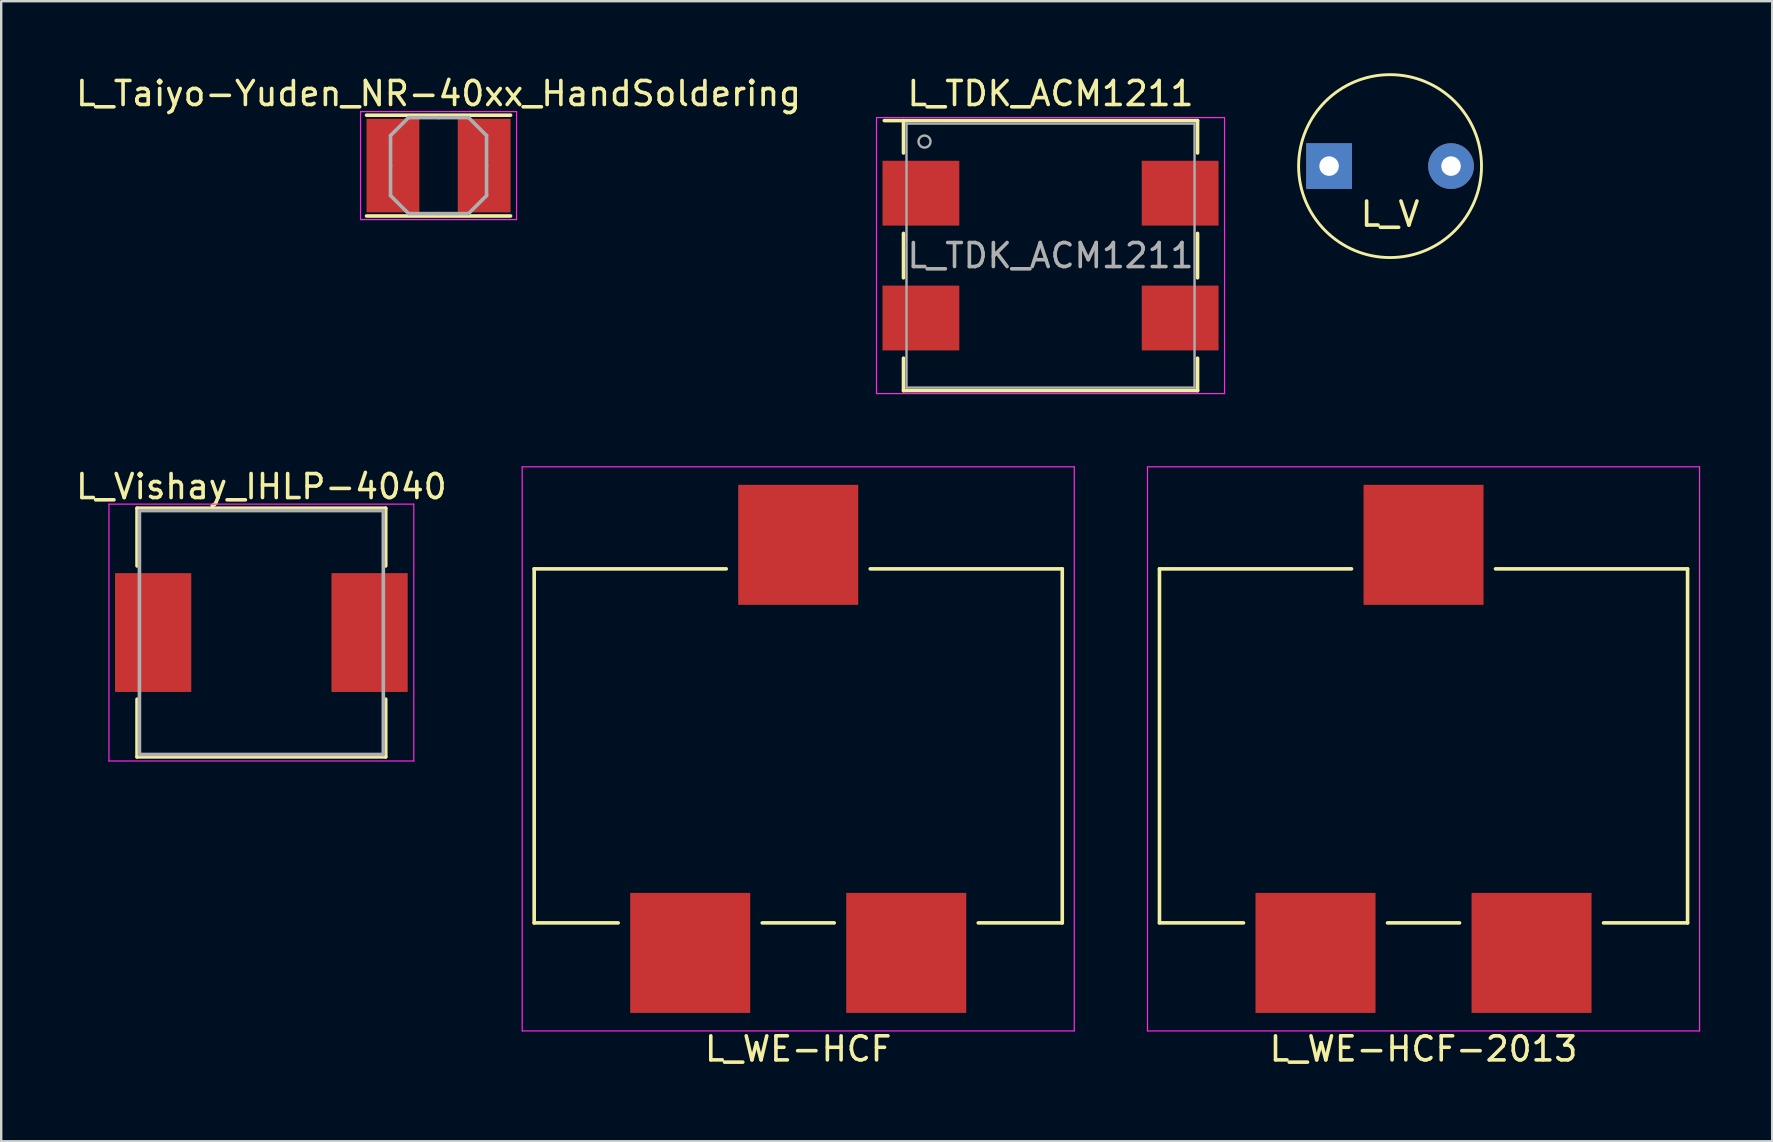
<source format=kicad_pcb>
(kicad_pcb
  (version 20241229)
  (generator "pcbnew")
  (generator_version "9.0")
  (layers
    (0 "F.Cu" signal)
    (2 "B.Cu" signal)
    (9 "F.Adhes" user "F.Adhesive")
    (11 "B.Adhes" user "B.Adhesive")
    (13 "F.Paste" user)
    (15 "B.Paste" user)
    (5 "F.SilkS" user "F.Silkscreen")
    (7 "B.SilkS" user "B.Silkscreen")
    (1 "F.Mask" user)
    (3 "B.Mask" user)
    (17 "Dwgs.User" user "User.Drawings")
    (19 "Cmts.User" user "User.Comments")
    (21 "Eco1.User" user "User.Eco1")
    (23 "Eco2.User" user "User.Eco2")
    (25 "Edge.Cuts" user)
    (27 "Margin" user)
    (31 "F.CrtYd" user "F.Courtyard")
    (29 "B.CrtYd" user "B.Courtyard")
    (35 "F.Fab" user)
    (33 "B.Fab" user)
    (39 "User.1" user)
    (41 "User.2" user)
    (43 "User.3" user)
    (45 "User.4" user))
  (footprint "L_V"
    (layer "F.Cu")
    (at 54.86 3.87)
    (property "Reference" "L_V" (at 0 1.999 0) (layer "F.SilkS") (effects (font (size 1 1) (thickness 0.15))))
    (attr through_hole)
    (fp_circle (center 0 0) (end 3.81 0) (stroke (width 0.12) (type solid)) (fill no) (layer "F.SilkS"))
    (pad "1" thru_hole rect (at -2.54 0) (size 1.905 1.905) (drill 0.813) (layers "*.Cu" "*.Mask"))
    (pad "2" thru_hole circle (at 2.54 0) (size 1.905 1.905) (drill 0.813) (layers "*.Cu" "*.Mask")))
  (footprint "L_WE-HCF"
    (layer "F.Cu")
    (at 30.204 28.148)
    (property "Reference" "L_WE-HCF" (at 0 12.5 0) (layer "F.SilkS") (effects (font (size 1 1) (thickness 0.15))))
    (attr smd)
    (fp_line (start -11 -7.5) (end -11 7.25) (stroke (width 0.15) (type solid)) (layer "F.SilkS"))
    (fp_line (start -7.5 7.25) (end -11 7.25) (stroke (width 0.15) (type solid)) (layer "F.SilkS"))
    (fp_line (start -3 -7.5) (end -11 -7.5) (stroke (width 0.15) (type solid)) (layer "F.SilkS"))
    (fp_line (start 1.5 7.25) (end -1.5 7.25) (stroke (width 0.15) (type solid)) (layer "F.SilkS"))
    (fp_line (start 11 -7.5) (end 3 -7.5) (stroke (width 0.15) (type solid)) (layer "F.SilkS"))
    (fp_line (start 11 -7.5) (end 11 7.25) (stroke (width 0.15) (type solid)) (layer "F.SilkS"))
    (fp_line (start 11 7.25) (end 7.5 7.25) (stroke (width 0.15) (type solid)) (layer "F.SilkS"))
    (fp_line (start -11.5 -11.75) (end -11.5 11.75) (stroke (width 0.05) (type solid)) (layer "F.CrtYd"))
    (fp_line (start -11.5 11.75) (end 11.5 11.75) (stroke (width 0.05) (type solid)) (layer "F.CrtYd"))
    (fp_line (start 11.5 -11.75) (end -11.5 -11.75) (stroke (width 0.05) (type solid)) (layer "F.CrtYd"))
    (fp_line (start 11.5 11.75) (end 11.5 -11.75) (stroke (width 0.05) (type solid)) (layer "F.CrtYd"))
    (pad "" smd rect (at 0 -8.5) (size 5 5) (layers "F.Cu" "F.Mask" "F.Paste"))
    (pad "1" smd rect (at -4.5 8.5) (size 5 5) (layers "F.Cu" "F.Mask" "F.Paste"))
    (pad "2" smd rect (at 4.5 8.5) (size 5 5) (layers "F.Cu" "F.Mask" "F.Paste")))
  (footprint "L_WE-HCF-2013"
    (layer "F.Cu")
    (at 56.254 28.148)
    (property "Reference" "L_WE-HCF-2013" (at 0 12.5 0) (layer "F.SilkS") (effects (font (size 1 1) (thickness 0.15))))
    (attr smd)
    (fp_line (start -11 -7.5) (end -11 7.25) (stroke (width 0.15) (type solid)) (layer "F.SilkS"))
    (fp_line (start -7.5 7.25) (end -11 7.25) (stroke (width 0.15) (type solid)) (layer "F.SilkS"))
    (fp_line (start -3 -7.5) (end -11 -7.5) (stroke (width 0.15) (type solid)) (layer "F.SilkS"))
    (fp_line (start 1.5 7.25) (end -1.5 7.25) (stroke (width 0.15) (type solid)) (layer "F.SilkS"))
    (fp_line (start 11 -7.5) (end 3 -7.5) (stroke (width 0.15) (type solid)) (layer "F.SilkS"))
    (fp_line (start 11 -7.5) (end 11 7.25) (stroke (width 0.15) (type solid)) (layer "F.SilkS"))
    (fp_line (start 11 7.25) (end 7.5 7.25) (stroke (width 0.15) (type solid)) (layer "F.SilkS"))
    (fp_line (start -11.5 -11.75) (end -11.5 11.75) (stroke (width 0.05) (type solid)) (layer "F.CrtYd"))
    (fp_line (start -11.5 11.75) (end 11.5 11.75) (stroke (width 0.05) (type solid)) (layer "F.CrtYd"))
    (fp_line (start 11.5 -11.75) (end -11.5 -11.75) (stroke (width 0.05) (type solid)) (layer "F.CrtYd"))
    (fp_line (start 11.5 11.75) (end 11.5 -11.75) (stroke (width 0.05) (type solid)) (layer "F.CrtYd"))
    (pad "" smd rect (at 0 -8.5) (size 5 5) (layers "F.Cu" "F.Mask" "F.Paste"))
    (pad "1" smd rect (at -4.5 8.5) (size 5 5) (layers "F.Cu" "F.Mask" "F.Paste"))
    (pad "2" smd rect (at 4.5 8.5) (size 5 5) (layers "F.Cu" "F.Mask" "F.Paste")))
  (footprint "L_Vishay_IHLP-4040"
    (layer "F.Cu")
    (at 7.839 23.302)
    (property "Reference" "L_Vishay_IHLP-4040" (at 0 -6.08 0) (layer "F.SilkS") (effects (font (size 1 1) (thickness 0.15))))
    (attr smd)
    (fp_line (start -5.18 -5.18) (end 5.18 -5.18) (stroke (width 0.15) (type solid)) (layer "F.SilkS"))
    (fp_line (start -5.18 -2.775) (end -5.18 -5.18) (stroke (width 0.15) (type solid)) (layer "F.SilkS"))
    (fp_line (start -5.18 2.775) (end -5.18 5.18) (stroke (width 0.15) (type solid)) (layer "F.SilkS"))
    (fp_line (start -5.18 5.18) (end 5.18 5.18) (stroke (width 0.15) (type solid)) (layer "F.SilkS"))
    (fp_line (start 5.18 -5.18) (end 5.18 -2.775) (stroke (width 0.15) (type solid)) (layer "F.SilkS"))
    (fp_line (start 5.18 5.18) (end 5.18 2.775) (stroke (width 0.15) (type solid)) (layer "F.SilkS"))
    (fp_line (start -6.35 -5.35) (end -6.35 5.35) (stroke (width 0.05) (type solid)) (layer "F.CrtYd"))
    (fp_line (start -6.35 5.35) (end 6.35 5.35) (stroke (width 0.05) (type solid)) (layer "F.CrtYd"))
    (fp_line (start 6.35 -5.35) (end -6.35 -5.35) (stroke (width 0.05) (type solid)) (layer "F.CrtYd"))
    (fp_line (start 6.35 5.35) (end 6.35 -5.35) (stroke (width 0.05) (type solid)) (layer "F.CrtYd"))
    (fp_line (start -5.08 -5.08) (end -5.08 5.08) (stroke (width 0.15) (type solid)) (layer "F.Fab"))
    (fp_line (start -5.08 5.08) (end 5.08 5.08) (stroke (width 0.15) (type solid)) (layer "F.Fab"))
    (fp_line (start 5.08 -5.08) (end -5.08 -5.08) (stroke (width 0.15) (type solid)) (layer "F.Fab"))
    (fp_line (start 5.08 5.08) (end 5.08 -5.08) (stroke (width 0.15) (type solid)) (layer "F.Fab"))
    (pad "1" smd rect (at -4.508 0) (size 3.175 4.95) (layers "F.Cu" "F.Mask" "F.Paste"))
    (pad "2" smd rect (at 4.508 0) (size 3.175 4.95) (layers "F.Cu" "F.Mask" "F.Paste")))
  (footprint "L_Taiyo-Yuden_NR-40xx_HandSoldering"
    (layer "F.Cu")
    (at 15.22 3.848)
    (property "Reference" "L_Taiyo-Yuden_NR-40xx_HandSoldering" (at 0 -3 0) (layer "F.SilkS") (effects (font (size 1 1) (thickness 0.15))))
    (attr smd)
    (fp_line (start -3 -2.1) (end 3 -2.1) (stroke (width 0.15) (type solid)) (layer "F.SilkS"))
    (fp_line (start -3 2.1) (end 3 2.1) (stroke (width 0.15) (type solid)) (layer "F.SilkS"))
    (fp_line (start -3.25 -2.25) (end -3.25 2.25) (stroke (width 0.05) (type solid)) (layer "F.CrtYd"))
    (fp_line (start -3.25 2.25) (end 3.25 2.25) (stroke (width 0.05) (type solid)) (layer "F.CrtYd"))
    (fp_line (start 3.25 -2.25) (end -3.25 -2.25) (stroke (width 0.05) (type solid)) (layer "F.CrtYd"))
    (fp_line (start 3.25 2.25) (end 3.25 -2.25) (stroke (width 0.05) (type solid)) (layer "F.CrtYd"))
    (fp_line (start -2 -1.25) (end -1.25 -2) (stroke (width 0.15) (type solid)) (layer "F.Fab"))
    (fp_line (start -2 0) (end -2 -1.25) (stroke (width 0.15) (type solid)) (layer "F.Fab"))
    (fp_line (start -2 0) (end -2 1.25) (stroke (width 0.15) (type solid)) (layer "F.Fab"))
    (fp_line (start -2 1.25) (end -1.25 2) (stroke (width 0.15) (type solid)) (layer "F.Fab"))
    (fp_line (start -1.25 -2) (end 0 -2) (stroke (width 0.15) (type solid)) (layer "F.Fab"))
    (fp_line (start -1.25 2) (end 0 2) (stroke (width 0.15) (type solid)) (layer "F.Fab"))
    (fp_line (start 1.25 -2) (end 0 -2) (stroke (width 0.15) (type solid)) (layer "F.Fab"))
    (fp_line (start 1.25 2) (end 0 2) (stroke (width 0.15) (type solid)) (layer "F.Fab"))
    (fp_line (start 2 -1.25) (end 1.25 -2) (stroke (width 0.15) (type solid)) (layer "F.Fab"))
    (fp_line (start 2 0) (end 2 -1.25) (stroke (width 0.15) (type solid)) (layer "F.Fab"))
    (fp_line (start 2 0) (end 2 1.25) (stroke (width 0.15) (type solid)) (layer "F.Fab"))
    (fp_line (start 2 1.25) (end 1.25 2) (stroke (width 0.15) (type solid)) (layer "F.Fab"))
    (pad "1" smd rect (at -1.9 0) (size 2.2 3.9) (layers "F.Cu" "F.Mask" "F.Paste"))
    (pad "2" smd rect (at 1.9 0) (size 2.2 3.9) (layers "F.Cu" "F.Mask" "F.Paste")))
  (footprint "L_TDK_ACM1211"
    (layer "F.Cu")
    (at 40.715 7.598)
    (property "Reference" "L_TDK_ACM1211" (at 0 -6.75 0) (layer "F.SilkS") (effects (font (size 1 1) (thickness 0.15))))
    (attr smd)
    (fp_line (start -6.925 -5.625) (end 6.125 -5.625) (stroke (width 0.15) (type solid)) (layer "F.SilkS"))
    (fp_line (start -6.125 -5.625) (end -6.125 -4.275) (stroke (width 0.15) (type solid)) (layer "F.SilkS"))
    (fp_line (start -6.125 -0.925) (end -6.125 0.925) (stroke (width 0.15) (type solid)) (layer "F.SilkS"))
    (fp_line (start -6.125 4.275) (end -6.125 5.625) (stroke (width 0.15) (type solid)) (layer "F.SilkS"))
    (fp_line (start -6.125 5.625) (end 6.125 5.625) (stroke (width 0.15) (type solid)) (layer "F.SilkS"))
    (fp_line (start 6.125 -5.625) (end 6.125 -4.275) (stroke (width 0.15) (type solid)) (layer "F.SilkS"))
    (fp_line (start 6.125 -0.925) (end 6.125 0.925) (stroke (width 0.15) (type solid)) (layer "F.SilkS"))
    (fp_line (start 6.125 4.275) (end 6.125 5.625) (stroke (width 0.15) (type solid)) (layer "F.SilkS"))
    (fp_line (start -7.25 -5.75) (end 7.25 -5.75) (stroke (width 0.05) (type solid)) (layer "F.CrtYd"))
    (fp_line (start -7.25 5.75) (end -7.25 -5.75) (stroke (width 0.05) (type solid)) (layer "F.CrtYd"))
    (fp_line (start 7.25 -5.75) (end 7.25 5.75) (stroke (width 0.05) (type solid)) (layer "F.CrtYd"))
    (fp_line (start 7.25 5.75) (end -7.25 5.75) (stroke (width 0.05) (type solid)) (layer "F.CrtYd"))
    (fp_line (start -6 -5.5) (end 6 -5.5) (stroke (width 0.1) (type solid)) (layer "F.Fab"))
    (fp_line (start -6 5.5) (end -6 -5.5) (stroke (width 0.1) (type solid)) (layer "F.Fab"))
    (fp_line (start 6 -5.5) (end 6 5.5) (stroke (width 0.1) (type solid)) (layer "F.Fab"))
    (fp_line (start 6 5.5) (end -6 5.5) (stroke (width 0.1) (type solid)) (layer "F.Fab"))
    (fp_circle (center -5.25 -4.75) (end -5 -4.75) (stroke (width 0.1) (type solid)) (fill no) (layer "F.Fab"))
    (fp_text user "${REFERENCE}" (at 0 0 0) (layer "F.Fab") (effects (font (size 1 1) (thickness 0.15))))
    (pad "1" smd rect (at -5.4 -2.6) (size 3.2 2.7) (layers "F.Cu" "F.Mask" "F.Paste"))
    (pad "2" smd rect (at -5.4 2.6) (size 3.2 2.7) (layers "F.Cu" "F.Mask" "F.Paste"))
    (pad "3" smd rect (at 5.4 2.6) (size 3.2 2.7) (layers "F.Cu" "F.Mask" "F.Paste"))
    (pad "4" smd rect (at 5.4 -2.6) (size 3.2 2.7) (layers "F.Cu" "F.Mask" "F.Paste")))
  (gr_rect
    (start -3 -3)
    (end 70.779 44.496)
    (stroke (width 0.1) (type default))
    (fill no)
    (layer "Edge.Cuts")))
</source>
